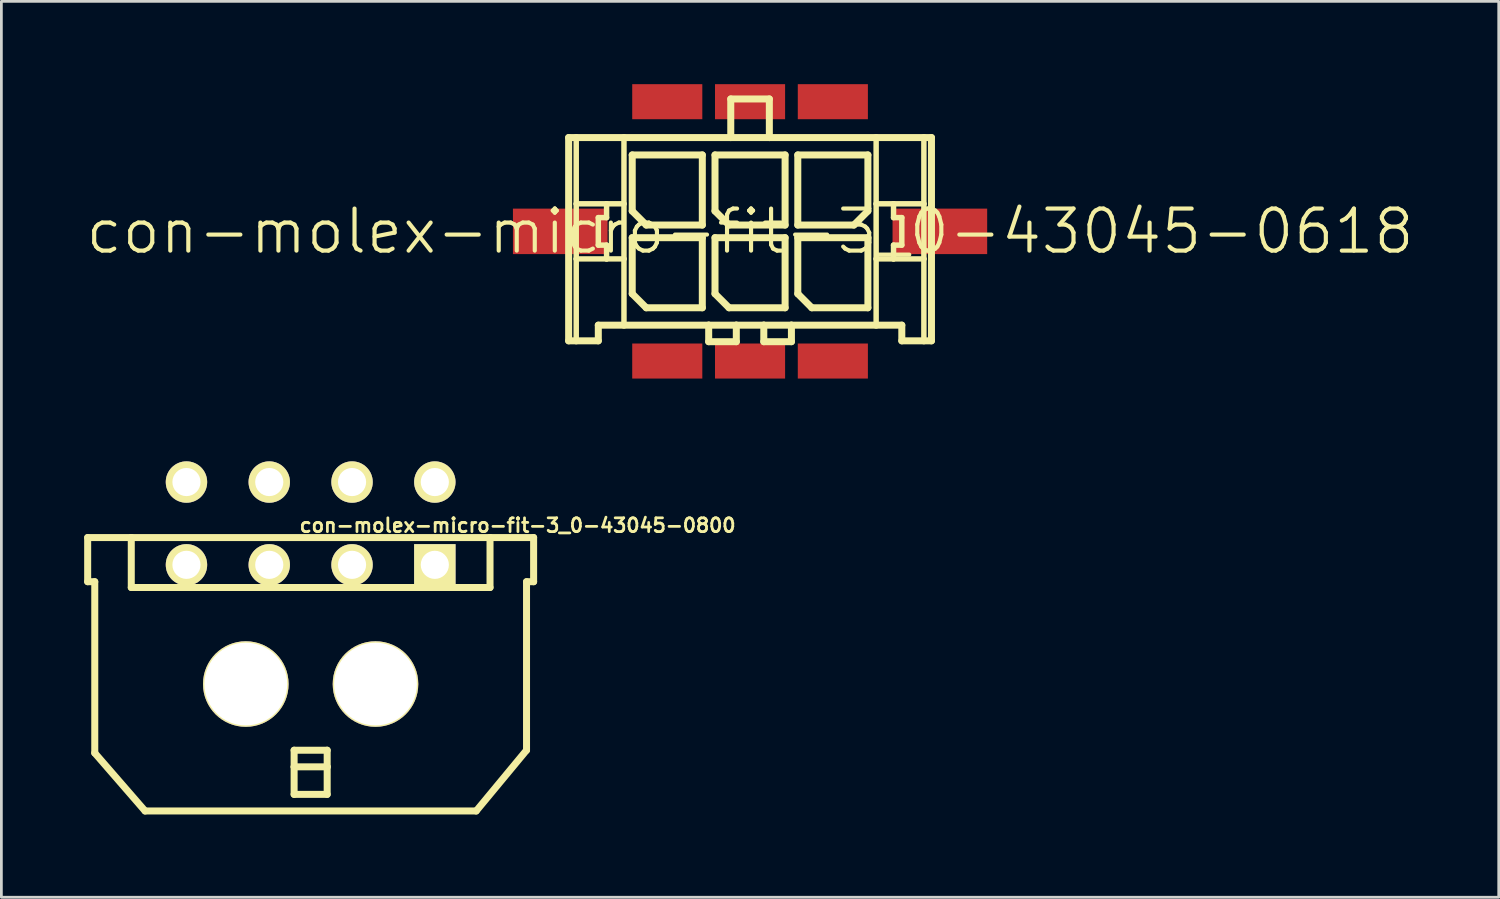
<source format=kicad_pcb>
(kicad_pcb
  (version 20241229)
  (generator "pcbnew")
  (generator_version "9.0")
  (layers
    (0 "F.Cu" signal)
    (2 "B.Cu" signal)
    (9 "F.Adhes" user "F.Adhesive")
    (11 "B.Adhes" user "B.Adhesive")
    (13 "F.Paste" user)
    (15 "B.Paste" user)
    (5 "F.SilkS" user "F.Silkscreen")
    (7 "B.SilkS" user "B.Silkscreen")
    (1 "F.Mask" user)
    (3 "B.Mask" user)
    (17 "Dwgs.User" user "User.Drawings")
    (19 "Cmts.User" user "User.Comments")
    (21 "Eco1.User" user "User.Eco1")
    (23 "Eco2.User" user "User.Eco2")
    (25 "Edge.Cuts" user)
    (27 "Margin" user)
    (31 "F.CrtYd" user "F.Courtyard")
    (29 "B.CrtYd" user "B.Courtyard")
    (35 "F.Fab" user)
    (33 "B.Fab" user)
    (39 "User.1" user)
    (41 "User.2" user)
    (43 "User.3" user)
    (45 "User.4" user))
  (footprint "con-molex-micro-fit-3_0-43045-0618"
    (layer "F.Cu")
    (at 24.13 5.334)
    (property "Reference" "con-molex-micro-fit-3_0-43045-0618" (at 0 0 0) (layer "F.SilkS") (effects (font (size 1.524 1.524) (thickness 0.15))))
    (attr smd)
    (fp_line (start -6.574 -3.399) (end -6.299 -3.399) (stroke (width 0.254) (type solid)) (layer "F.SilkS"))
    (fp_line (start -6.574 3.967) (end -6.574 -3.399) (stroke (width 0.254) (type solid)) (layer "F.SilkS"))
    (fp_line (start -6.299 -3.399) (end -4.569 -3.399) (stroke (width 0.254) (type solid)) (layer "F.SilkS"))
    (fp_line (start -6.299 -0.998) (end -6.299 -3.399) (stroke (width 0.198) (type solid)) (layer "F.SilkS"))
    (fp_line (start -6.299 0.998) (end -6.299 -0.998) (stroke (width 0.198) (type solid)) (layer "F.SilkS"))
    (fp_line (start -6.299 3.967) (end -6.574 3.967) (stroke (width 0.254) (type solid)) (layer "F.SilkS"))
    (fp_line (start -6.299 3.967) (end -6.299 0.998) (stroke (width 0.198) (type solid)) (layer "F.SilkS"))
    (fp_line (start -5.499 -0.498) (end -5.499 0.498) (stroke (width 0.198) (type solid)) (layer "F.SilkS"))
    (fp_line (start -5.499 0.498) (end -5.199 0.498) (stroke (width 0.198) (type solid)) (layer "F.SilkS"))
    (fp_line (start -5.499 3.399) (end -5.499 3.967) (stroke (width 0.254) (type solid)) (layer "F.SilkS"))
    (fp_line (start -5.499 3.967) (end -6.299 3.967) (stroke (width 0.254) (type solid)) (layer "F.SilkS"))
    (fp_line (start -5.199 -0.998) (end -6.299 -0.998) (stroke (width 0.198) (type solid)) (layer "F.SilkS"))
    (fp_line (start -5.199 -0.998) (end -5.199 -0.498) (stroke (width 0.198) (type solid)) (layer "F.SilkS"))
    (fp_line (start -5.199 -0.498) (end -5.499 -0.498) (stroke (width 0.198) (type solid)) (layer "F.SilkS"))
    (fp_line (start -5.199 0.498) (end -5.199 0.998) (stroke (width 0.198) (type solid)) (layer "F.SilkS"))
    (fp_line (start -5.199 0.998) (end -6.299 0.998) (stroke (width 0.198) (type solid)) (layer "F.SilkS"))
    (fp_line (start -4.569 -3.399) (end -0.699 -3.399) (stroke (width 0.254) (type solid)) (layer "F.SilkS"))
    (fp_line (start -4.569 -0.998) (end -5.199 -0.998) (stroke (width 0.198) (type solid)) (layer "F.SilkS"))
    (fp_line (start -4.569 -0.998) (end -4.569 -3.399) (stroke (width 0.198) (type solid)) (layer "F.SilkS"))
    (fp_line (start -4.569 0.998) (end -5.199 0.998) (stroke (width 0.198) (type solid)) (layer "F.SilkS"))
    (fp_line (start -4.569 0.998) (end -4.569 -0.998) (stroke (width 0.198) (type solid)) (layer "F.SilkS"))
    (fp_line (start -4.569 3.399) (end -5.499 3.399) (stroke (width 0.254) (type solid)) (layer "F.SilkS"))
    (fp_line (start -4.569 3.399) (end -4.569 0.998) (stroke (width 0.198) (type solid)) (layer "F.SilkS"))
    (fp_line (start -4.27 -2.769) (end -1.73 -2.769) (stroke (width 0.254) (type solid)) (layer "F.SilkS"))
    (fp_line (start -4.27 -0.737) (end -4.27 -2.769) (stroke (width 0.254) (type solid)) (layer "F.SilkS"))
    (fp_line (start -4.27 0.229) (end -1.73 0.229) (stroke (width 0.254) (type solid)) (layer "F.SilkS"))
    (fp_line (start -4.27 2.261) (end -4.27 0.229) (stroke (width 0.254) (type solid)) (layer "F.SilkS"))
    (fp_line (start -3.762 -0.229) (end -4.27 -0.737) (stroke (width 0.254) (type solid)) (layer "F.SilkS"))
    (fp_line (start -3.762 2.769) (end -4.27 2.261) (stroke (width 0.254) (type solid)) (layer "F.SilkS"))
    (fp_line (start -1.73 -2.769) (end -1.73 -0.229) (stroke (width 0.254) (type solid)) (layer "F.SilkS"))
    (fp_line (start -1.73 -0.229) (end -3.762 -0.229) (stroke (width 0.254) (type solid)) (layer "F.SilkS"))
    (fp_line (start -1.73 0.229) (end -1.73 2.769) (stroke (width 0.254) (type solid)) (layer "F.SilkS"))
    (fp_line (start -1.73 2.769) (end -3.762 2.769) (stroke (width 0.254) (type solid)) (layer "F.SilkS"))
    (fp_line (start -1.499 3.399) (end -4.569 3.399) (stroke (width 0.254) (type solid)) (layer "F.SilkS"))
    (fp_line (start -1.499 3.399) (end -1.499 3.998) (stroke (width 0.254) (type solid)) (layer "F.SilkS"))
    (fp_line (start -1.499 3.998) (end -0.498 3.998) (stroke (width 0.254) (type solid)) (layer "F.SilkS"))
    (fp_line (start -1.27 -2.769) (end 1.27 -2.769) (stroke (width 0.254) (type solid)) (layer "F.SilkS"))
    (fp_line (start -1.27 -0.737) (end -1.27 -2.769) (stroke (width 0.254) (type solid)) (layer "F.SilkS"))
    (fp_line (start -1.27 0.229) (end 1.27 0.229) (stroke (width 0.254) (type solid)) (layer "F.SilkS"))
    (fp_line (start -1.27 2.261) (end -1.27 0.229) (stroke (width 0.254) (type solid)) (layer "F.SilkS"))
    (fp_line (start -0.762 -0.229) (end -1.27 -0.737) (stroke (width 0.254) (type solid)) (layer "F.SilkS"))
    (fp_line (start -0.762 2.769) (end -1.27 2.261) (stroke (width 0.254) (type solid)) (layer "F.SilkS"))
    (fp_line (start -0.699 -4.798) (end -0.699 -3.399) (stroke (width 0.254) (type solid)) (layer "F.SilkS"))
    (fp_line (start -0.699 -4.798) (end 0.699 -4.798) (stroke (width 0.254) (type solid)) (layer "F.SilkS"))
    (fp_line (start -0.699 -3.399) (end 0.699 -3.399) (stroke (width 0.254) (type solid)) (layer "F.SilkS"))
    (fp_line (start -0.498 3.399) (end -1.499 3.399) (stroke (width 0.254) (type solid)) (layer "F.SilkS"))
    (fp_line (start -0.498 3.998) (end -0.498 3.399) (stroke (width 0.254) (type solid)) (layer "F.SilkS"))
    (fp_line (start 0.498 3.399) (end -0.498 3.399) (stroke (width 0.254) (type solid)) (layer "F.SilkS"))
    (fp_line (start 0.498 3.399) (end 0.498 3.998) (stroke (width 0.254) (type solid)) (layer "F.SilkS"))
    (fp_line (start 0.498 3.998) (end 1.499 3.998) (stroke (width 0.254) (type solid)) (layer "F.SilkS"))
    (fp_line (start 0.699 -4.798) (end 0.699 -3.399) (stroke (width 0.254) (type solid)) (layer "F.SilkS"))
    (fp_line (start 0.699 -3.399) (end 4.569 -3.399) (stroke (width 0.254) (type solid)) (layer "F.SilkS"))
    (fp_line (start 1.27 -2.769) (end 1.27 -0.229) (stroke (width 0.254) (type solid)) (layer "F.SilkS"))
    (fp_line (start 1.27 -0.229) (end -0.762 -0.229) (stroke (width 0.254) (type solid)) (layer "F.SilkS"))
    (fp_line (start 1.27 0.229) (end 1.27 2.769) (stroke (width 0.254) (type solid)) (layer "F.SilkS"))
    (fp_line (start 1.27 2.769) (end -0.762 2.769) (stroke (width 0.254) (type solid)) (layer "F.SilkS"))
    (fp_line (start 1.499 3.399) (end 0.498 3.399) (stroke (width 0.254) (type solid)) (layer "F.SilkS"))
    (fp_line (start 1.499 3.998) (end 1.499 3.399) (stroke (width 0.254) (type solid)) (layer "F.SilkS"))
    (fp_line (start 1.73 -2.769) (end 1.73 -0.229) (stroke (width 0.254) (type solid)) (layer "F.SilkS"))
    (fp_line (start 1.73 -0.229) (end 3.762 -0.229) (stroke (width 0.254) (type solid)) (layer "F.SilkS"))
    (fp_line (start 1.73 0.229) (end 4.27 0.229) (stroke (width 0.254) (type solid)) (layer "F.SilkS"))
    (fp_line (start 1.73 2.261) (end 1.73 0.229) (stroke (width 0.254) (type solid)) (layer "F.SilkS"))
    (fp_line (start 2.238 2.769) (end 1.73 2.261) (stroke (width 0.254) (type solid)) (layer "F.SilkS"))
    (fp_line (start 3.762 -0.229) (end 4.27 -0.737) (stroke (width 0.254) (type solid)) (layer "F.SilkS"))
    (fp_line (start 4.27 -2.769) (end 1.73 -2.769) (stroke (width 0.254) (type solid)) (layer "F.SilkS"))
    (fp_line (start 4.27 -0.737) (end 4.27 -2.769) (stroke (width 0.254) (type solid)) (layer "F.SilkS"))
    (fp_line (start 4.27 0.229) (end 4.27 2.769) (stroke (width 0.254) (type solid)) (layer "F.SilkS"))
    (fp_line (start 4.27 2.769) (end 2.238 2.769) (stroke (width 0.254) (type solid)) (layer "F.SilkS"))
    (fp_line (start 4.569 -3.399) (end 4.569 -0.998) (stroke (width 0.198) (type solid)) (layer "F.SilkS"))
    (fp_line (start 4.569 -3.399) (end 6.299 -3.399) (stroke (width 0.254) (type solid)) (layer "F.SilkS"))
    (fp_line (start 4.569 -0.998) (end 4.569 0.998) (stroke (width 0.198) (type solid)) (layer "F.SilkS"))
    (fp_line (start 4.569 -0.998) (end 5.199 -0.998) (stroke (width 0.198) (type solid)) (layer "F.SilkS"))
    (fp_line (start 4.569 0.998) (end 4.569 3.399) (stroke (width 0.198) (type solid)) (layer "F.SilkS"))
    (fp_line (start 4.569 0.998) (end 5.199 0.998) (stroke (width 0.198) (type solid)) (layer "F.SilkS"))
    (fp_line (start 4.569 3.399) (end 1.499 3.399) (stroke (width 0.254) (type solid)) (layer "F.SilkS"))
    (fp_line (start 5.199 -0.998) (end 5.199 -0.498) (stroke (width 0.198) (type solid)) (layer "F.SilkS"))
    (fp_line (start 5.199 -0.998) (end 6.299 -0.998) (stroke (width 0.198) (type solid)) (layer "F.SilkS"))
    (fp_line (start 5.199 -0.498) (end 5.499 -0.498) (stroke (width 0.198) (type solid)) (layer "F.SilkS"))
    (fp_line (start 5.199 0.498) (end 5.199 0.998) (stroke (width 0.198) (type solid)) (layer "F.SilkS"))
    (fp_line (start 5.199 0.998) (end 6.299 0.998) (stroke (width 0.198) (type solid)) (layer "F.SilkS"))
    (fp_line (start 5.499 -0.498) (end 5.499 0.498) (stroke (width 0.198) (type solid)) (layer "F.SilkS"))
    (fp_line (start 5.499 0.498) (end 5.199 0.498) (stroke (width 0.198) (type solid)) (layer "F.SilkS"))
    (fp_line (start 5.499 3.399) (end 4.569 3.399) (stroke (width 0.254) (type solid)) (layer "F.SilkS"))
    (fp_line (start 5.499 3.967) (end 5.499 3.399) (stroke (width 0.254) (type solid)) (layer "F.SilkS"))
    (fp_line (start 5.499 3.967) (end 6.299 3.967) (stroke (width 0.254) (type solid)) (layer "F.SilkS"))
    (fp_line (start 6.299 -3.399) (end 6.574 -3.399) (stroke (width 0.254) (type solid)) (layer "F.SilkS"))
    (fp_line (start 6.299 -0.998) (end 6.299 -3.399) (stroke (width 0.198) (type solid)) (layer "F.SilkS"))
    (fp_line (start 6.299 0.998) (end 6.299 -0.998) (stroke (width 0.198) (type solid)) (layer "F.SilkS"))
    (fp_line (start 6.299 3.967) (end 6.299 0.998) (stroke (width 0.198) (type solid)) (layer "F.SilkS"))
    (fp_line (start 6.299 3.967) (end 6.574 3.967) (stroke (width 0.254) (type solid)) (layer "F.SilkS"))
    (fp_line (start 6.574 -3.399) (end 6.574 3.967) (stroke (width 0.254) (type solid)) (layer "F.SilkS"))
    (pad "CLIP" smd rect (at -6.878 0) (size 3.429 1.648) (layers "F.Cu" "F.Mask" "F.Paste"))
    (pad "CLIP" smd rect (at 6.878 0) (size 3.429 1.648) (layers "F.Cu" "F.Mask" "F.Paste"))
    (pad "P$1" smd rect (at 3 4.699) (size 2.54 1.27) (layers "F.Cu" "F.Mask" "F.Paste"))
    (pad "P$2" smd rect (at 0 4.699) (size 2.54 1.27) (layers "F.Cu" "F.Mask" "F.Paste"))
    (pad "P$3" smd rect (at -3 4.699) (size 2.54 1.27) (layers "F.Cu" "F.Mask" "F.Paste"))
    (pad "P$4" smd rect (at 3 -4.699) (size 2.54 1.27) (layers "F.Cu" "F.Mask" "F.Paste"))
    (pad "P$5" smd rect (at 0 -4.699) (size 2.54 1.27) (layers "F.Cu" "F.Mask" "F.Paste"))
    (pad "P$6" smd rect (at -3 -4.699) (size 2.54 1.27) (layers "F.Cu" "F.Mask" "F.Paste")))
  (footprint "con-molex-micro-fit-3_0-43045-0800"
    (layer "F.Cu")
    (at 8.207 21.738)
    (property "Reference" "con-molex-micro-fit-3_0-43045-0800" (at 7.5 -5.75 0) (layer "F.SilkS") (effects (font (size 0.5 0.5) (thickness 0.1))))
    (attr exclude_from_pos_files exclude_from_bom)
    (fp_line (start -8.08 -5.309) (end -8.08 -3.708) (stroke (width 0.254) (type solid)) (layer "F.SilkS"))
    (fp_line (start -8.08 -3.708) (end -7.823 -3.708) (stroke (width 0.254) (type solid)) (layer "F.SilkS"))
    (fp_line (start -7.823 2.499) (end -7.823 -3.708) (stroke (width 0.254) (type solid)) (layer "F.SilkS"))
    (fp_line (start -7.823 2.499) (end -5.999 4.6) (stroke (width 0.254) (type solid)) (layer "F.SilkS"))
    (fp_line (start -6.5 -5.309) (end -8.08 -5.309) (stroke (width 0.254) (type solid)) (layer "F.SilkS"))
    (fp_line (start -6.5 -5.309) (end -6.5 -3.498) (stroke (width 0.254) (type solid)) (layer "F.SilkS"))
    (fp_line (start -6.5 -5.309) (end 6.5 -5.309) (stroke (width 0.254) (type solid)) (layer "F.SilkS"))
    (fp_line (start -6.5 -3.498) (end 6.5 -3.498) (stroke (width 0.254) (type solid)) (layer "F.SilkS"))
    (fp_line (start -4.829 -5.309) (end -6.5 -5.309) (stroke (width 0.127) (type solid)) (layer "F.SilkS"))
    (fp_line (start -4.823 -5.309) (end -6.5 -5.309) (stroke (width 0.127) (type solid)) (layer "F.SilkS"))
    (fp_line (start -0.599 2.398) (end 0.599 2.398) (stroke (width 0.254) (type solid)) (layer "F.SilkS"))
    (fp_line (start -0.599 3) (end -0.599 2.398) (stroke (width 0.254) (type solid)) (layer "F.SilkS"))
    (fp_line (start -0.599 3) (end 0.599 3) (stroke (width 0.254) (type solid)) (layer "F.SilkS"))
    (fp_line (start -0.599 3.998) (end -0.599 3) (stroke (width 0.254) (type solid)) (layer "F.SilkS"))
    (fp_line (start 0.599 2.398) (end 0.599 3) (stroke (width 0.254) (type solid)) (layer "F.SilkS"))
    (fp_line (start 0.599 3) (end 0.599 3.998) (stroke (width 0.254) (type solid)) (layer "F.SilkS"))
    (fp_line (start 0.599 3.998) (end -0.599 3.998) (stroke (width 0.254) (type solid)) (layer "F.SilkS"))
    (fp_line (start 5.999 4.6) (end -5.999 4.6) (stroke (width 0.254) (type solid)) (layer "F.SilkS"))
    (fp_line (start 6.5 -5.309) (end 8.08 -5.309) (stroke (width 0.254) (type solid)) (layer "F.SilkS"))
    (fp_line (start 6.5 -3.498) (end 6.5 -5.309) (stroke (width 0.254) (type solid)) (layer "F.SilkS"))
    (fp_line (start 7.823 -3.708) (end 7.823 2.398) (stroke (width 0.254) (type solid)) (layer "F.SilkS"))
    (fp_line (start 7.823 2.398) (end 5.999 4.6) (stroke (width 0.254) (type solid)) (layer "F.SilkS"))
    (fp_line (start 8.08 -5.309) (end 8.08 -3.708) (stroke (width 0.254) (type solid)) (layer "F.SilkS"))
    (fp_line (start 8.08 -3.708) (end 7.823 -3.708) (stroke (width 0.254) (type solid)) (layer "F.SilkS"))
    (pad "1" thru_hole rect (at 4.5 -4.32) (size 1.5 1.5) (drill 1.02) (layers "*.Cu" "*.Mask" "F.SilkS" "F.Paste"))
    (pad "2" thru_hole circle (at 1.5 -4.32) (size 1.5 1.5) (drill 1.02) (layers "*.Cu" "*.Mask" "F.SilkS" "F.Paste"))
    (pad "3" thru_hole circle (at -1.5 -4.32) (size 1.5 1.5) (drill 1.02) (layers "*.Cu" "*.Mask" "F.SilkS" "F.Paste"))
    (pad "4" thru_hole circle (at -4.5 -4.32) (size 1.5 1.5) (drill 1.02) (layers "*.Cu" "*.Mask" "F.SilkS" "F.Paste"))
    (pad "5" thru_hole circle (at 4.5 -7.32) (size 1.5 1.5) (drill 1.02) (layers "*.Cu" "*.Mask" "F.SilkS" "F.Paste"))
    (pad "6" thru_hole circle (at 1.5 -7.32) (size 1.5 1.5) (drill 1.02) (layers "*.Cu" "*.Mask" "F.SilkS" "F.Paste"))
    (pad "7" thru_hole circle (at -1.5 -7.32) (size 1.5 1.5) (drill 1.02) (layers "*.Cu" "*.Mask" "F.SilkS" "F.Paste"))
    (pad "8" thru_hole circle (at -4.5 -7.32) (size 1.5 1.5) (drill 1.02) (layers "*.Cu" "*.Mask" "F.SilkS" "F.Paste"))
    (pad "9" thru_hole circle (at 2.35 0) (size 3.1 3.1) (drill 3) (layers "*.Cu" "*.Mask" "F.SilkS" "F.Paste"))
    (pad "10" thru_hole circle (at -2.35 0) (size 3.1 3.1) (drill 3) (layers "*.Cu" "*.Mask" "F.SilkS" "F.Paste")))
  (gr_rect
    (start -3 -3)
    (end 51.26 29.465)
    (stroke (width 0.1) (type default))
    (fill no)
    (layer "Edge.Cuts")))
</source>
